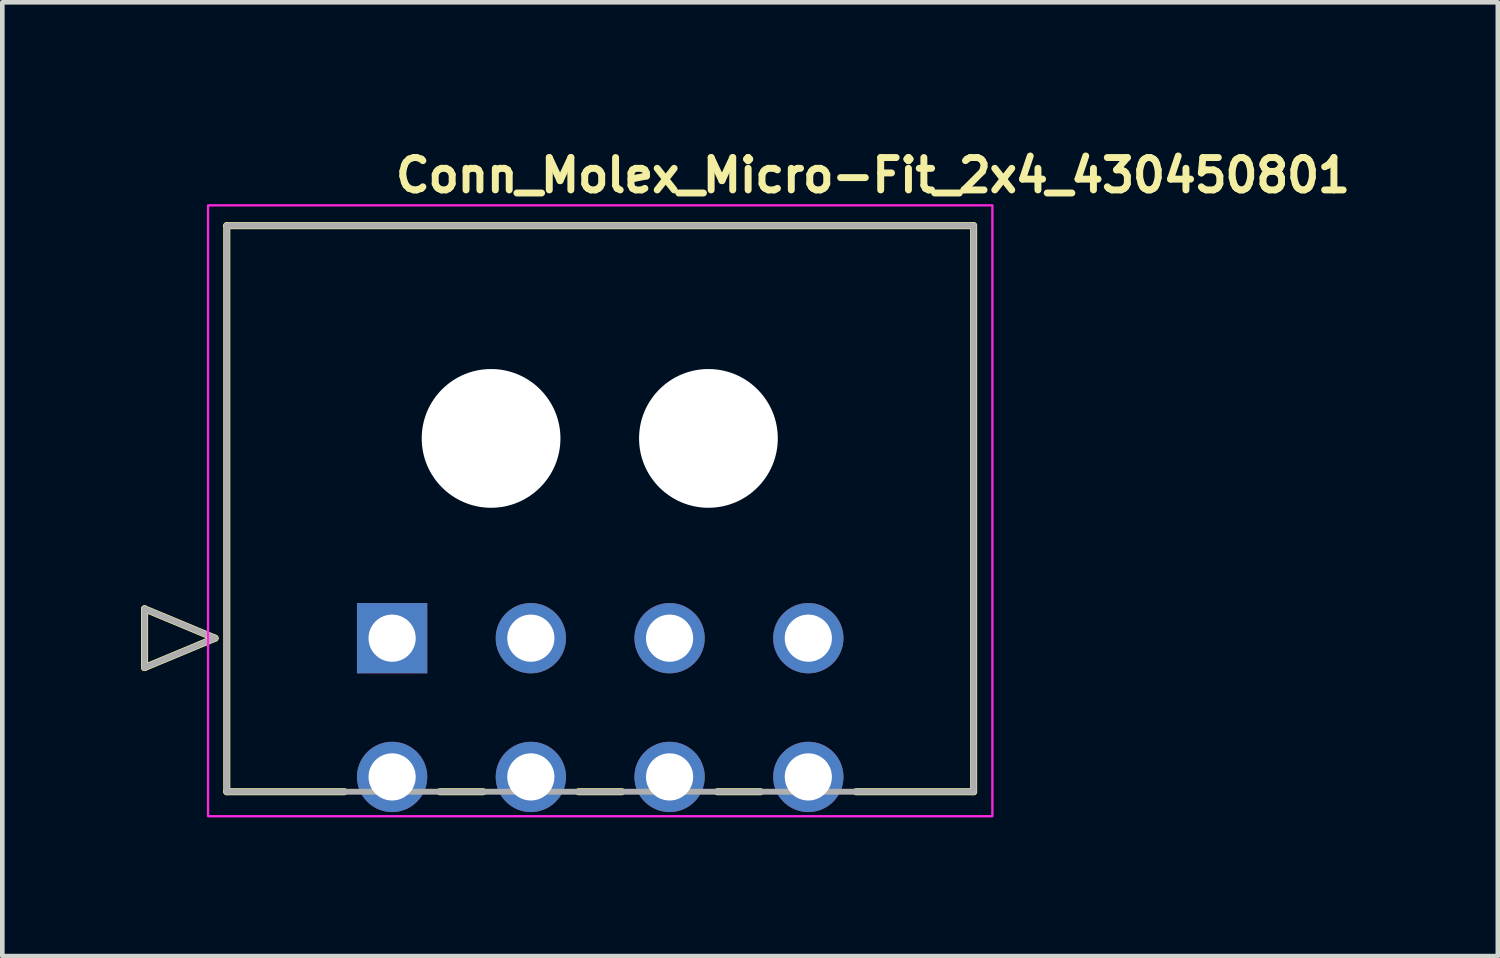
<source format=kicad_pcb>
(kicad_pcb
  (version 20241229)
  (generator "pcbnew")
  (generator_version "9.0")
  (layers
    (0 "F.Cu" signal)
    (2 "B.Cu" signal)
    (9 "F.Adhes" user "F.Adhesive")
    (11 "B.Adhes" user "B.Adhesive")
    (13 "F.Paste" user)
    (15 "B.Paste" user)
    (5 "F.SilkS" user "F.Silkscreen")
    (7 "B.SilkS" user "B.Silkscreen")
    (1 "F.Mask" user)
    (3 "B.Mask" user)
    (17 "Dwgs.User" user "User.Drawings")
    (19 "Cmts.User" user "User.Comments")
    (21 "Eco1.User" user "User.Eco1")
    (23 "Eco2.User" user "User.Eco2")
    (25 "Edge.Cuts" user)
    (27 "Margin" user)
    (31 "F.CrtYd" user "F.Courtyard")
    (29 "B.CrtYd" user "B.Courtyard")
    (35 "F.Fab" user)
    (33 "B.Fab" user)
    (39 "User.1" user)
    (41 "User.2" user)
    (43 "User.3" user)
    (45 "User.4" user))
  (footprint "Conn_Molex_Micro-Fit_2x4_430450801"
    (layer "F.Cu")
    (at 5.429 10.75)
    (property "Reference" "Conn_Molex_Micro-Fit_2x4_430450801" (at 0 -9.6 0) (layer "F.SilkS") (effects (font (size 0.7 0.7) (thickness 0.15)) (justify left bottom)))
    (attr through_hole)
    (fp_line (start -5.353 -0.635) (end -3.829 0) (stroke (width 0.152) (type solid)) (layer "F.SilkS"))
    (fp_line (start -5.353 0.635) (end -5.353 -0.635) (stroke (width 0.152) (type solid)) (layer "F.SilkS"))
    (fp_line (start -3.829 0) (end -5.353 0.635) (stroke (width 0.152) (type solid)) (layer "F.SilkS"))
    (fp_line (start -3.575 -8.92) (end -3.575 3.32) (stroke (width 0.152) (type solid)) (layer "F.SilkS"))
    (fp_line (start -3.575 3.32) (end -1.032 3.32) (stroke (width 0.152) (type solid)) (layer "F.SilkS"))
    (fp_line (start 1.032 3.32) (end 1.968 3.32) (stroke (width 0.152) (type solid)) (layer "F.SilkS"))
    (fp_line (start 4.032 3.32) (end 4.968 3.32) (stroke (width 0.152) (type solid)) (layer "F.SilkS"))
    (fp_line (start 7.032 3.32) (end 7.968 3.32) (stroke (width 0.152) (type solid)) (layer "F.SilkS"))
    (fp_line (start 10.032 3.32) (end 12.575 3.32) (stroke (width 0.152) (type solid)) (layer "F.SilkS"))
    (fp_line (start 12.575 -8.92) (end -3.575 -8.92) (stroke (width 0.152) (type solid)) (layer "F.SilkS"))
    (fp_line (start 12.575 3.32) (end 12.575 -8.92) (stroke (width 0.152) (type solid)) (layer "F.SilkS"))
    (fp_rect (start -3.98 -9.36) (end 12.98 3.85) (stroke (width 0.05) (type solid)) (fill no) (layer "F.CrtYd"))
    (fp_line (start -5.353 -0.635) (end -3.829 0) (stroke (width 0.127) (type solid)) (layer "F.Fab"))
    (fp_line (start -5.353 0.635) (end -5.353 -0.635) (stroke (width 0.127) (type solid)) (layer "F.Fab"))
    (fp_line (start -3.829 0) (end -5.353 0.635) (stroke (width 0.127) (type solid)) (layer "F.Fab"))
    (fp_line (start -3.575 -8.92) (end -3.575 3.32) (stroke (width 0.127) (type solid)) (layer "F.Fab"))
    (fp_line (start -3.575 3.32) (end 12.575 3.32) (stroke (width 0.127) (type solid)) (layer "F.Fab"))
    (fp_line (start 12.575 -8.92) (end -3.575 -8.92) (stroke (width 0.127) (type solid)) (layer "F.Fab"))
    (fp_line (start 12.575 3.32) (end 12.575 -8.92) (stroke (width 0.127) (type solid)) (layer "F.Fab"))
    (fp_rect (start -3.575 -8.955) (end 12.575 3.285) (stroke (width 0.1) (type solid)) (fill no) (layer "User.5"))
    (fp_line (start -3.575 -0.645) (end -3.575 0.955) (stroke (width 0.02) (type solid)) (layer "User.9"))
    (fp_line (start -3.575 0.955) (end -1.825 0.955) (stroke (width 0.02) (type solid)) (layer "User.9"))
    (fp_line (start -3.325 -7.305) (end -1.94 -8.955) (stroke (width 0.02) (type solid)) (layer "User.9"))
    (fp_line (start -3.325 -0.645) (end -3.575 -0.645) (stroke (width 0.02) (type solid)) (layer "User.9"))
    (fp_line (start -3.325 -0.645) (end -3.325 -7.305) (stroke (width 0.02) (type solid)) (layer "User.9"))
    (fp_line (start -1.825 0.955) (end -1.825 -0.795) (stroke (width 0.02) (type solid)) (layer "User.9"))
    (fp_line (start -0.32 0.955) (end -1.825 0.955) (stroke (width 0.02) (type solid)) (layer "User.9"))
    (fp_line (start -0.32 0.955) (end -0.32 -0.345) (stroke (width 0.02) (type solid)) (layer "User.9"))
    (fp_line (start -0.32 3.285) (end -0.32 0.955) (stroke (width 0.02) (type solid)) (layer "User.9"))
    (fp_line (start -0.32 3.285) (end 0.32 3.285) (stroke (width 0.02) (type solid)) (layer "User.9"))
    (fp_line (start 0.32 -0.345) (end -0.32 -0.345) (stroke (width 0.02) (type solid)) (layer "User.9"))
    (fp_line (start 0.32 0.955) (end 0.32 -0.345) (stroke (width 0.02) (type solid)) (layer "User.9"))
    (fp_line (start 0.32 3.285) (end 0.32 0.955) (stroke (width 0.02) (type solid)) (layer "User.9"))
    (fp_line (start 2.68 0.955) (end 0.32 0.955) (stroke (width 0.02) (type solid)) (layer "User.9"))
    (fp_line (start 2.68 0.955) (end 2.68 -0.345) (stroke (width 0.02) (type solid)) (layer "User.9"))
    (fp_line (start 2.68 3.285) (end 2.68 0.955) (stroke (width 0.02) (type solid)) (layer "User.9"))
    (fp_line (start 2.68 3.285) (end 3.32 3.285) (stroke (width 0.02) (type solid)) (layer "User.9"))
    (fp_line (start 3.32 -0.345) (end 2.68 -0.345) (stroke (width 0.02) (type solid)) (layer "User.9"))
    (fp_line (start 3.32 0.955) (end 3.32 -0.345) (stroke (width 0.02) (type solid)) (layer "User.9"))
    (fp_line (start 3.32 3.285) (end 3.32 0.955) (stroke (width 0.02) (type solid)) (layer "User.9"))
    (fp_line (start 3.8 -6.755) (end 3.8 -8.415) (stroke (width 0.02) (type solid)) (layer "User.9"))
    (fp_line (start 3.8 -6.005) (end 3.8 -6.755) (stroke (width 0.02) (type solid)) (layer "User.9"))
    (fp_line (start 3.8 -6) (end 3.8 -6.005) (stroke (width 0.02) (type solid)) (layer "User.9"))
    (fp_line (start 3.8 -6) (end 3.8 -6) (stroke (width 0.02) (type solid)) (layer "User.9"))
    (fp_line (start 3.8 -5.986) (end 3.8 -6) (stroke (width 0.02) (type solid)) (layer "User.9"))
    (fp_line (start 3.8 -5.986) (end 3.8 -5.986) (stroke (width 0.02) (type solid)) (layer "User.9"))
    (fp_line (start 3.8 -5.963) (end 3.8 -5.986) (stroke (width 0.02) (type solid)) (layer "User.9"))
    (fp_line (start 3.8 -5.963) (end 3.8 -5.963) (stroke (width 0.02) (type solid)) (layer "User.9"))
    (fp_line (start 3.8 -5.931) (end 3.8 -5.963) (stroke (width 0.02) (type solid)) (layer "User.9"))
    (fp_line (start 3.8 -5.931) (end 3.8 -5.931) (stroke (width 0.02) (type solid)) (layer "User.9"))
    (fp_line (start 3.8 -5.841) (end 3.8 -5.931) (stroke (width 0.02) (type solid)) (layer "User.9"))
    (fp_line (start 3.8 -5.841) (end 3.8 -5.841) (stroke (width 0.02) (type solid)) (layer "User.9"))
    (fp_line (start 3.8 -5.785) (end 3.8 -5.841) (stroke (width 0.02) (type solid)) (layer "User.9"))
    (fp_line (start 3.8 -5.785) (end 3.8 -5.785) (stroke (width 0.02) (type solid)) (layer "User.9"))
    (fp_line (start 3.8 -5.255) (end 3.8 -5.785) (stroke (width 0.02) (type solid)) (layer "User.9"))
    (fp_line (start 5.2 -8.415) (end 3.8 -8.415) (stroke (width 0.02) (type solid)) (layer "User.9"))
    (fp_line (start 5.2 -6.755) (end 3.8 -6.755) (stroke (width 0.02) (type solid)) (layer "User.9"))
    (fp_line (start 5.2 -6.755) (end 5.2 -8.415) (stroke (width 0.02) (type solid)) (layer "User.9"))
    (fp_line (start 5.2 -6.005) (end 3.8 -6.005) (stroke (width 0.02) (type solid)) (layer "User.9"))
    (fp_line (start 5.2 -6.005) (end 5.2 -6.755) (stroke (width 0.02) (type solid)) (layer "User.9"))
    (fp_line (start 5.2 -6) (end 5.2 -6.005) (stroke (width 0.02) (type solid)) (layer "User.9"))
    (fp_line (start 5.2 -6) (end 5.2 -6) (stroke (width 0.02) (type solid)) (layer "User.9"))
    (fp_line (start 5.2 -5.986) (end 5.2 -6) (stroke (width 0.02) (type solid)) (layer "User.9"))
    (fp_line (start 5.2 -5.986) (end 5.2 -5.986) (stroke (width 0.02) (type solid)) (layer "User.9"))
    (fp_line (start 5.2 -5.963) (end 5.2 -5.986) (stroke (width 0.02) (type solid)) (layer "User.9"))
    (fp_line (start 5.2 -5.963) (end 5.2 -5.963) (stroke (width 0.02) (type solid)) (layer "User.9"))
    (fp_line (start 5.2 -5.931) (end 5.2 -5.963) (stroke (width 0.02) (type solid)) (layer "User.9"))
    (fp_line (start 5.2 -5.931) (end 5.2 -5.931) (stroke (width 0.02) (type solid)) (layer "User.9"))
    (fp_line (start 5.2 -5.841) (end 5.2 -5.931) (stroke (width 0.02) (type solid)) (layer "User.9"))
    (fp_line (start 5.2 -5.841) (end 5.2 -5.841) (stroke (width 0.02) (type solid)) (layer "User.9"))
    (fp_line (start 5.2 -5.785) (end 5.2 -5.841) (stroke (width 0.02) (type solid)) (layer "User.9"))
    (fp_line (start 5.2 -5.785) (end 5.2 -5.785) (stroke (width 0.02) (type solid)) (layer "User.9"))
    (fp_line (start 5.2 -5.255) (end 5.2 -5.785) (stroke (width 0.02) (type solid)) (layer "User.9"))
    (fp_line (start 5.68 0.955) (end 3.32 0.955) (stroke (width 0.02) (type solid)) (layer "User.9"))
    (fp_line (start 5.68 0.955) (end 5.68 -0.345) (stroke (width 0.02) (type solid)) (layer "User.9"))
    (fp_line (start 5.68 3.285) (end 5.68 0.955) (stroke (width 0.02) (type solid)) (layer "User.9"))
    (fp_line (start 5.68 3.285) (end 6.32 3.285) (stroke (width 0.02) (type solid)) (layer "User.9"))
    (fp_line (start 6.32 -0.345) (end 5.68 -0.345) (stroke (width 0.02) (type solid)) (layer "User.9"))
    (fp_line (start 6.32 0.955) (end 6.32 -0.345) (stroke (width 0.02) (type solid)) (layer "User.9"))
    (fp_line (start 6.32 3.285) (end 6.32 0.955) (stroke (width 0.02) (type solid)) (layer "User.9"))
    (fp_line (start 8.68 0.955) (end 6.32 0.955) (stroke (width 0.02) (type solid)) (layer "User.9"))
    (fp_line (start 8.68 0.955) (end 8.68 -0.345) (stroke (width 0.02) (type solid)) (layer "User.9"))
    (fp_line (start 8.68 3.285) (end 8.68 0.955) (stroke (width 0.02) (type solid)) (layer "User.9"))
    (fp_line (start 8.68 3.285) (end 9.32 3.285) (stroke (width 0.02) (type solid)) (layer "User.9"))
    (fp_line (start 9.32 -0.345) (end 8.68 -0.345) (stroke (width 0.02) (type solid)) (layer "User.9"))
    (fp_line (start 9.32 0.955) (end 9.32 -0.345) (stroke (width 0.02) (type solid)) (layer "User.9"))
    (fp_line (start 9.32 3.285) (end 9.32 0.955) (stroke (width 0.02) (type solid)) (layer "User.9"))
    (fp_line (start 10.825 -0.795) (end -1.825 -0.795) (stroke (width 0.02) (type solid)) (layer "User.9"))
    (fp_line (start 10.825 0.955) (end 9.32 0.955) (stroke (width 0.02) (type solid)) (layer "User.9"))
    (fp_line (start 10.825 0.955) (end 10.825 -0.795) (stroke (width 0.02) (type solid)) (layer "User.9"))
    (fp_line (start 10.825 0.955) (end 12.575 0.955) (stroke (width 0.02) (type solid)) (layer "User.9"))
    (fp_line (start 10.94 -8.955) (end -1.94 -8.955) (stroke (width 0.02) (type solid)) (layer "User.9"))
    (fp_line (start 10.94 -8.955) (end 12.325 -7.305) (stroke (width 0.02) (type solid)) (layer "User.9"))
    (fp_line (start 12.325 -0.645) (end 12.325 -7.305) (stroke (width 0.02) (type solid)) (layer "User.9"))
    (fp_line (start 12.575 -0.645) (end 12.325 -0.645) (stroke (width 0.02) (type solid)) (layer "User.9"))
    (fp_line (start 12.575 0.955) (end 12.575 -0.645) (stroke (width 0.02) (type solid)) (layer "User.9"))
    (pad "" np_thru_hole circle (at 2.14 -4.32 180) (size 3 3) (drill 3) (layers "*.Cu" "*.Mask"))
    (pad "" np_thru_hole circle (at 6.84 -4.32 180) (size 3 3) (drill 3) (layers "*.Cu" "*.Mask"))
    (pad "1" thru_hole rect (at 0 0 180) (size 1.52 1.52) (drill 1.02) (layers "*.Cu" "*.Mask"))
    (pad "2" thru_hole circle (at 3 0 180) (size 1.52 1.52) (drill 1.02) (layers "*.Cu" "*.Mask"))
    (pad "3" thru_hole circle (at 6 0 180) (size 1.52 1.52) (drill 1.02) (layers "*.Cu" "*.Mask"))
    (pad "4" thru_hole circle (at 9 0 180) (size 1.52 1.52) (drill 1.02) (layers "*.Cu" "*.Mask"))
    (pad "5" thru_hole circle (at 0 3 180) (size 1.52 1.52) (drill 1.02) (layers "*.Cu" "*.Mask"))
    (pad "6" thru_hole circle (at 3 3 180) (size 1.52 1.52) (drill 1.02) (layers "*.Cu" "*.Mask"))
    (pad "7" thru_hole circle (at 6 3 180) (size 1.52 1.52) (drill 1.02) (layers "*.Cu" "*.Mask"))
    (pad "8" thru_hole circle (at 9 3 180) (size 1.52 1.52) (drill 1.02) (layers "*.Cu" "*.Mask")))
  (gr_rect
    (start -3 -3)
    (end 29.339 17.625)
    (stroke (width 0.1) (type default))
    (fill no)
    (layer "Edge.Cuts")))
</source>
